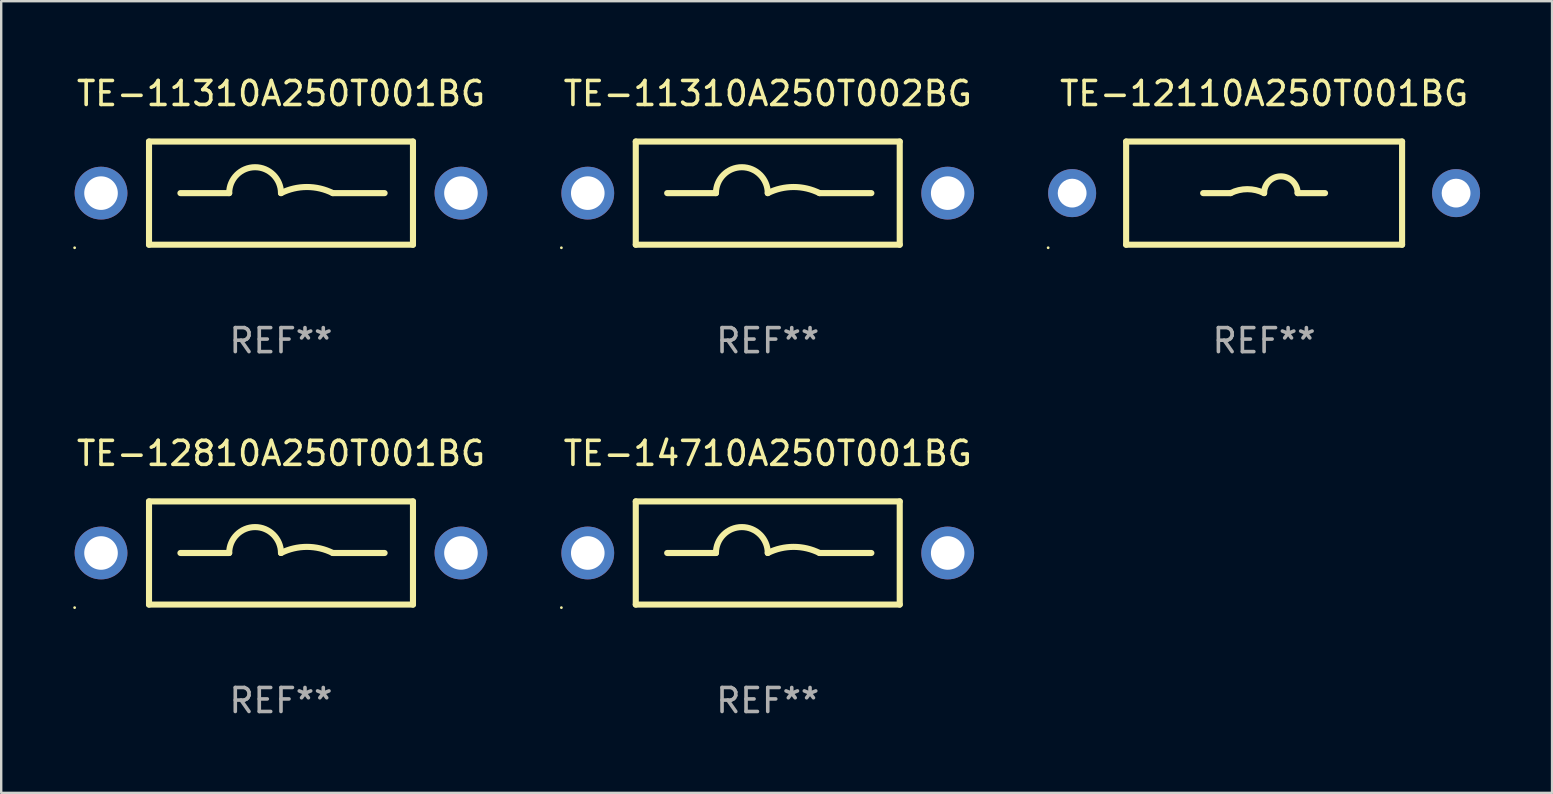
<source format=kicad_pcb>
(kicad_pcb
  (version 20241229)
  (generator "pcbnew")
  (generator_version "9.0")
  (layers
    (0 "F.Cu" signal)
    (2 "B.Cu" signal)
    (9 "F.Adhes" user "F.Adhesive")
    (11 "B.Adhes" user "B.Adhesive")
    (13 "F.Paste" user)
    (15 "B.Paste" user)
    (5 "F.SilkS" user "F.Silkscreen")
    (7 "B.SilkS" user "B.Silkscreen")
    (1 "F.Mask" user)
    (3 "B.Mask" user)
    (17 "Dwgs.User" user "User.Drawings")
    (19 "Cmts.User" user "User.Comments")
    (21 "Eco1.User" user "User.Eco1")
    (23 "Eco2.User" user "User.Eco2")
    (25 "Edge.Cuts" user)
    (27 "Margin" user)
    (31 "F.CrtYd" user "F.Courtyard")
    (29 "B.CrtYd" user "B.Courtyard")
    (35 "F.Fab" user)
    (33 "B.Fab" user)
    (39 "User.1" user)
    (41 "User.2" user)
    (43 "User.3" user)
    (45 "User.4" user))
  (footprint "TE-12810A250T001BG"
    (layer "F.Cu")
    (at 8.66 19.995)
    (property "Reference" "TE-12810A250T001BG" (at 0 -4.15 0) (layer "F.SilkS") (effects (font (size 1 1) (thickness 0.15))))
    (attr through_hole)
    (fp_line (start -5.5 -2.15) (end -5.5 2.15) (stroke (width 0.254) (type solid)) (layer "F.SilkS"))
    (fp_line (start -5.5 -2.15) (end 5.5 -2.15) (stroke (width 0.254) (type solid)) (layer "F.SilkS"))
    (fp_line (start -5.5 2.15) (end 5.5 2.15) (stroke (width 0.254) (type solid)) (layer "F.SilkS"))
    (fp_line (start -2.159 0) (end -4.191 0) (stroke (width 0.254) (type solid)) (layer "F.SilkS"))
    (fp_line (start 2.159 0) (end 4.318 0) (stroke (width 0.254) (type solid)) (layer "F.SilkS"))
    (fp_line (start 5.5 -2.15) (end 5.5 2.15) (stroke (width 0.254) (type solid)) (layer "F.SilkS"))
    (fp_arc (start -2.159004 0) (mid -1.079502 -1.079502) (end 0 0) (stroke (width 0.254001) (type solid)) (layer "F.SilkS"))
    (fp_arc (start 0 0) (mid 1.079502 -0.254836) (end 2.159004 0) (stroke (width 0.254001) (type solid)) (layer "F.SilkS"))
    (fp_circle (center -8.6 2.277) (end -8.57 2.277) (stroke (width 0.06) (type solid)) (fill no) (layer "F.SilkS"))
    (fp_text user "REF**" (at 0 6.15 0) (layer "F.Fab") (effects (font (size 1 1) (thickness 0.15))))
    (pad "1" thru_hole circle (at -7.5 0) (size 2.2 2.2) (drill 1.4) (layers "*.Cu" "*.Mask"))
    (pad "2" thru_hole circle (at 7.5 0) (size 2.2 2.2) (drill 1.4) (layers "*.Cu" "*.Mask")))
  (footprint "TE-11310A250T001BG"
    (layer "F.Cu")
    (at 8.66 4.998)
    (property "Reference" "TE-11310A250T001BG" (at 0 -4.15 0) (layer "F.SilkS") (effects (font (size 1 1) (thickness 0.15))))
    (attr through_hole)
    (fp_line (start -5.5 -2.15) (end -5.5 2.15) (stroke (width 0.254) (type solid)) (layer "F.SilkS"))
    (fp_line (start -5.5 -2.15) (end 5.5 -2.15) (stroke (width 0.254) (type solid)) (layer "F.SilkS"))
    (fp_line (start -5.5 2.15) (end 5.5 2.15) (stroke (width 0.254) (type solid)) (layer "F.SilkS"))
    (fp_line (start -2.159 0) (end -4.191 0) (stroke (width 0.254) (type solid)) (layer "F.SilkS"))
    (fp_line (start 2.159 0) (end 4.318 0) (stroke (width 0.254) (type solid)) (layer "F.SilkS"))
    (fp_line (start 5.5 -2.15) (end 5.5 2.15) (stroke (width 0.254) (type solid)) (layer "F.SilkS"))
    (fp_arc (start -2.159004 0) (mid -1.079502 -1.079502) (end 0 0) (stroke (width 0.254001) (type solid)) (layer "F.SilkS"))
    (fp_arc (start 0 0) (mid 1.079502 -0.254836) (end 2.159004 0) (stroke (width 0.254001) (type solid)) (layer "F.SilkS"))
    (fp_circle (center -8.6 2.277) (end -8.57 2.277) (stroke (width 0.06) (type solid)) (fill no) (layer "F.SilkS"))
    (fp_text user "REF**" (at 0 6.15 0) (layer "F.Fab") (effects (font (size 1 1) (thickness 0.15))))
    (pad "1" thru_hole circle (at -7.5 0) (size 2.2 2.2) (drill 1.4) (layers "*.Cu" "*.Mask"))
    (pad "2" thru_hole circle (at 7.5 0) (size 2.2 2.2) (drill 1.4) (layers "*.Cu" "*.Mask")))
  (footprint "TE-12110A250T001BG"
    (layer "F.Cu")
    (at 49.63 4.998)
    (property "Reference" "TE-12110A250T001BG" (at 0 -4.15 0) (layer "F.SilkS") (effects (font (size 1 1) (thickness 0.15))))
    (attr through_hole)
    (fp_line (start -5.75 2.15) (end 5.75 2.15) (stroke (width 0.254) (type solid)) (layer "F.SilkS"))
    (fp_line (start -5.75 -2.15) (end -5.75 2.15) (stroke (width 0.254) (type solid)) (layer "F.SilkS"))
    (fp_line (start -5.75 -2.15) (end 5.75 -2.15) (stroke (width 0.254) (type solid)) (layer "F.SilkS"))
    (fp_line (start -2.54 0) (end -1.397 0) (stroke (width 0.254) (type solid)) (layer "F.SilkS"))
    (fp_line (start 2.54 0) (end 1.397 0) (stroke (width 0.254) (type solid)) (layer "F.SilkS"))
    (fp_line (start 5.75 -2.15) (end 5.75 2.15) (stroke (width 0.254) (type solid)) (layer "F.SilkS"))
    (fp_arc (start -1.397003 0) (mid -0.698501 -0.164894) (end 0 0) (stroke (width 0.254001) (type solid)) (layer "F.SilkS"))
    (fp_arc (start -0.000001 0) (mid 0.698501 -0.698502) (end 1.397003 0) (stroke (width 0.254001) (type solid)) (layer "F.SilkS"))
    (fp_circle (center -9 2.277) (end -8.97 2.277) (stroke (width 0.06) (type solid)) (fill no) (layer "F.SilkS"))
    (fp_text user "REF**" (at 0 6.15 0) (layer "F.Fab") (effects (font (size 1 1) (thickness 0.15))))
    (pad "1" thru_hole circle (at -8 0) (size 2 2) (drill 1.2) (layers "*.Cu" "*.Mask"))
    (pad "2" thru_hole circle (at 8 0) (size 2 2) (drill 1.2) (layers "*.Cu" "*.Mask")))
  (footprint "TE-14710A250T001BG"
    (layer "F.Cu")
    (at 28.945 19.995)
    (property "Reference" "TE-14710A250T001BG" (at 0 -4.15 0) (layer "F.SilkS") (effects (font (size 1 1) (thickness 0.15))))
    (attr through_hole)
    (fp_line (start -5.5 -2.15) (end -5.5 2.15) (stroke (width 0.254) (type solid)) (layer "F.SilkS"))
    (fp_line (start -5.5 -2.15) (end 5.5 -2.15) (stroke (width 0.254) (type solid)) (layer "F.SilkS"))
    (fp_line (start -5.5 2.15) (end 5.5 2.15) (stroke (width 0.254) (type solid)) (layer "F.SilkS"))
    (fp_line (start -2.159 0) (end -4.191 0) (stroke (width 0.254) (type solid)) (layer "F.SilkS"))
    (fp_line (start 2.159 0) (end 4.318 0) (stroke (width 0.254) (type solid)) (layer "F.SilkS"))
    (fp_line (start 5.5 -2.15) (end 5.5 2.15) (stroke (width 0.254) (type solid)) (layer "F.SilkS"))
    (fp_arc (start -2.159004 0) (mid -1.079502 -1.079502) (end 0 0) (stroke (width 0.254001) (type solid)) (layer "F.SilkS"))
    (fp_arc (start 0 0) (mid 1.079502 -0.254836) (end 2.159004 0) (stroke (width 0.254001) (type solid)) (layer "F.SilkS"))
    (fp_circle (center -8.6 2.277) (end -8.57 2.277) (stroke (width 0.06) (type solid)) (fill no) (layer "F.SilkS"))
    (fp_text user "REF**" (at 0 6.15 0) (layer "F.Fab") (effects (font (size 1 1) (thickness 0.15))))
    (pad "1" thru_hole circle (at -7.5 0) (size 2.2 2.2) (drill 1.4) (layers "*.Cu" "*.Mask"))
    (pad "2" thru_hole circle (at 7.5 0) (size 2.2 2.2) (drill 1.4) (layers "*.Cu" "*.Mask")))
  (footprint "TE-11310A250T002BG"
    (layer "F.Cu")
    (at 28.945 4.998)
    (property "Reference" "TE-11310A250T002BG" (at 0 -4.15 0) (layer "F.SilkS") (effects (font (size 1 1) (thickness 0.15))))
    (attr through_hole)
    (fp_line (start -5.5 -2.15) (end -5.5 2.15) (stroke (width 0.254) (type solid)) (layer "F.SilkS"))
    (fp_line (start -5.5 -2.15) (end 5.5 -2.15) (stroke (width 0.254) (type solid)) (layer "F.SilkS"))
    (fp_line (start -5.5 2.15) (end 5.5 2.15) (stroke (width 0.254) (type solid)) (layer "F.SilkS"))
    (fp_line (start -2.159 0) (end -4.191 0) (stroke (width 0.254) (type solid)) (layer "F.SilkS"))
    (fp_line (start 2.159 0) (end 4.318 0) (stroke (width 0.254) (type solid)) (layer "F.SilkS"))
    (fp_line (start 5.5 -2.15) (end 5.5 2.15) (stroke (width 0.254) (type solid)) (layer "F.SilkS"))
    (fp_arc (start -2.159004 0) (mid -1.079502 -1.079502) (end 0 0) (stroke (width 0.254001) (type solid)) (layer "F.SilkS"))
    (fp_arc (start 0 0) (mid 1.079502 -0.254836) (end 2.159004 0) (stroke (width 0.254001) (type solid)) (layer "F.SilkS"))
    (fp_circle (center -8.6 2.277) (end -8.57 2.277) (stroke (width 0.06) (type solid)) (fill no) (layer "F.SilkS"))
    (fp_text user "REF**" (at 0 6.15 0) (layer "F.Fab") (effects (font (size 1 1) (thickness 0.15))))
    (pad "1" thru_hole circle (at -7.5 0) (size 2.2 2.2) (drill 1.4) (layers "*.Cu" "*.Mask"))
    (pad "2" thru_hole circle (at 7.5 0) (size 2.2 2.2) (drill 1.4) (layers "*.Cu" "*.Mask")))
  (gr_rect
    (start -3 -3)
    (end 61.63 29.993)
    (stroke (width 0.1) (type default))
    (fill no)
    (layer "Edge.Cuts")))
</source>
